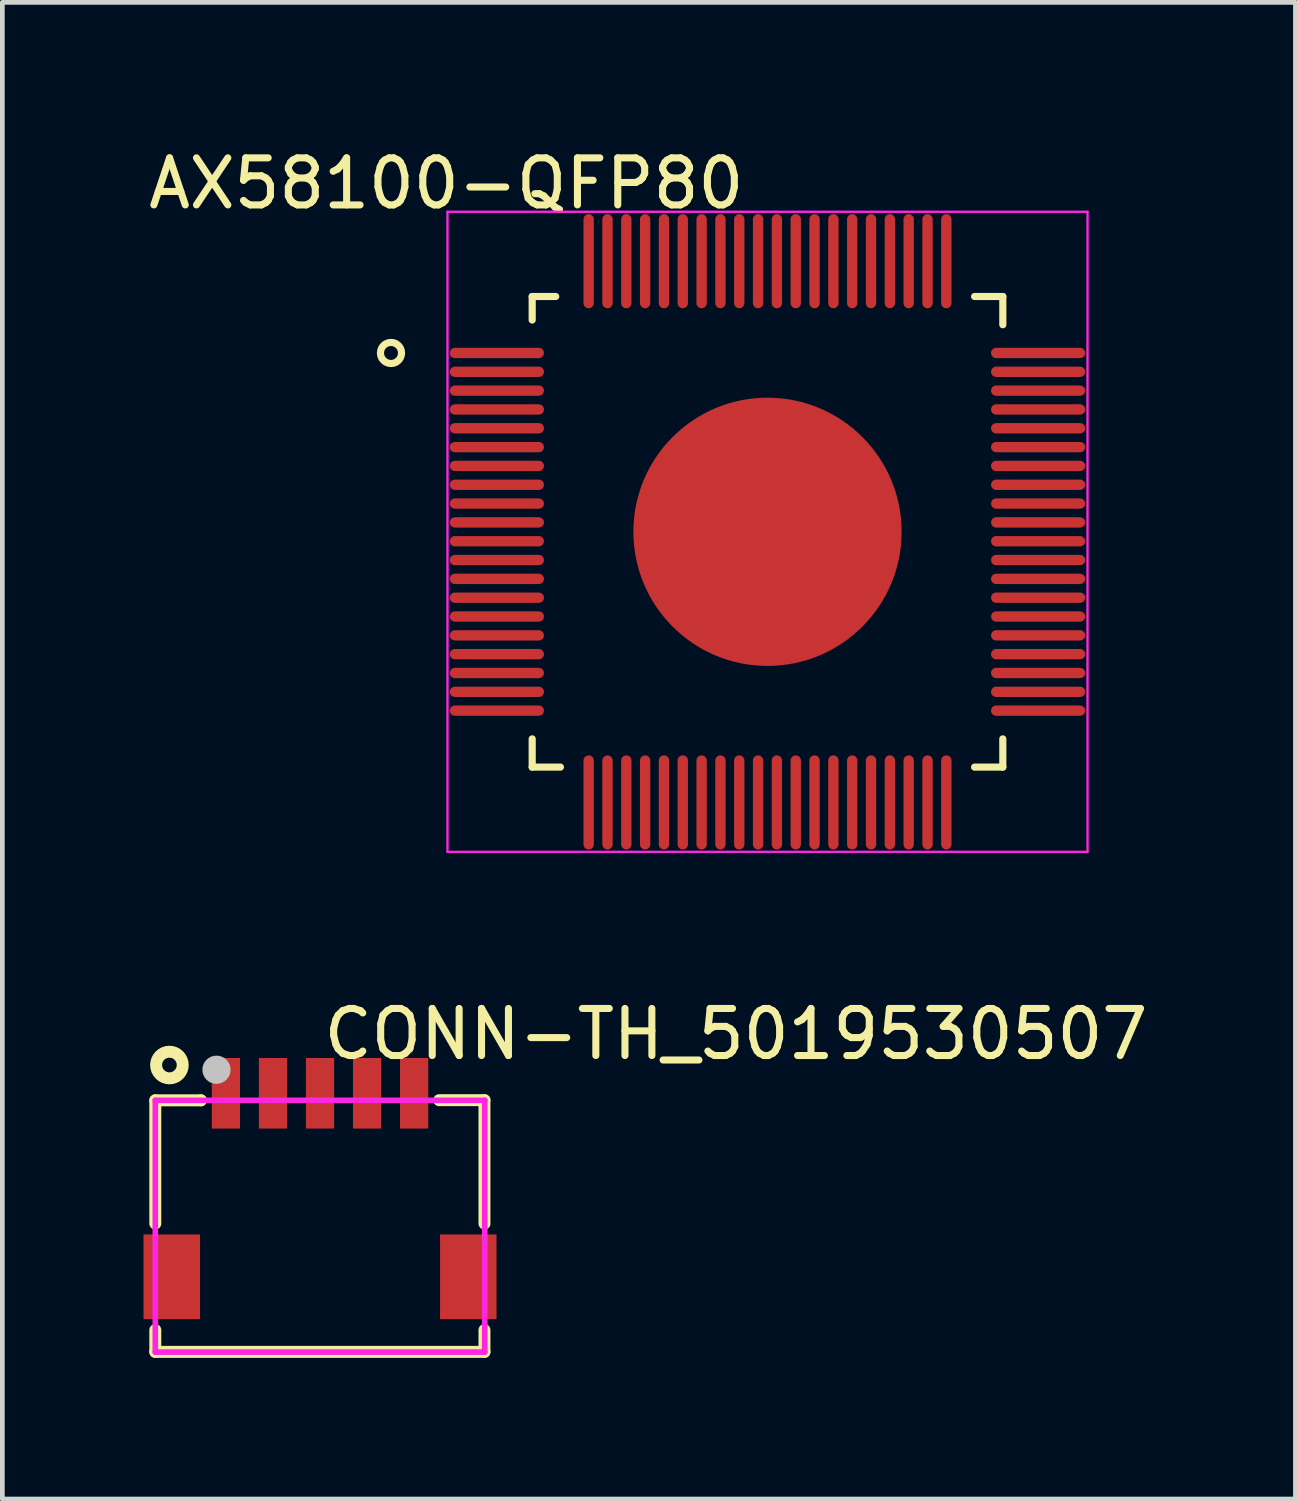
<source format=kicad_pcb>
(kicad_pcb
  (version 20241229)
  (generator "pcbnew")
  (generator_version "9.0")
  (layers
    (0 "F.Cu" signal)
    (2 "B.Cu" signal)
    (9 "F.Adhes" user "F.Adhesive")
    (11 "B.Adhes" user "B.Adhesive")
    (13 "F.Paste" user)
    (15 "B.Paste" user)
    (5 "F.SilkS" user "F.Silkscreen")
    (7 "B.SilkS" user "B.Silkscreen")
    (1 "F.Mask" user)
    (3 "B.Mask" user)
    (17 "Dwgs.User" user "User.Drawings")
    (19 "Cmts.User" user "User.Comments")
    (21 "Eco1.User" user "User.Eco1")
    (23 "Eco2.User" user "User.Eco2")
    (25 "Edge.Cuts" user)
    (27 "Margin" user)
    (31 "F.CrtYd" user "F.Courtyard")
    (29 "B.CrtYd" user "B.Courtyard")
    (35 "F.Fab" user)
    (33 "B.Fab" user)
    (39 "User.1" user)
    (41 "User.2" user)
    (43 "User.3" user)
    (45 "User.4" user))
  (footprint "AX58100-QFP80"
    (layer "F.Cu")
    (at 13.258 8.25)
    (property "Reference" "AX58100-QFP80" (at -6.824 -7.401 0) (layer "F.SilkS") (effects (font (size 1 1) (thickness 0.15))))
    (attr through_hole)
    (fp_line (start -5 -5) (end -4.5 -5) (stroke (width 0.152) (type solid)) (layer "F.SilkS"))
    (fp_line (start -5 -4.5) (end -5 -5) (stroke (width 0.152) (type solid)) (layer "F.SilkS"))
    (fp_line (start -5 5) (end -5 4.4) (stroke (width 0.152) (type solid)) (layer "F.SilkS"))
    (fp_line (start -5 5) (end -4.4 5) (stroke (width 0.152) (type solid)) (layer "F.SilkS"))
    (fp_line (start 4.4 -5) (end 5 -5) (stroke (width 0.152) (type solid)) (layer "F.SilkS"))
    (fp_line (start 4.4 5) (end 5 5) (stroke (width 0.152) (type solid)) (layer "F.SilkS"))
    (fp_line (start 5 -4.4) (end 5 -5) (stroke (width 0.152) (type solid)) (layer "F.SilkS"))
    (fp_line (start 5 5) (end 5 4.4) (stroke (width 0.152) (type solid)) (layer "F.SilkS"))
    (fp_circle (center -8 -3.8) (end -7.776 -3.8) (stroke (width 0.152) (type solid)) (fill no) (layer "F.SilkS"))
    (fp_line (start -6.8 -6.8) (end 6.8 -6.8) (stroke (width 0.05) (type solid)) (layer "F.CrtYd"))
    (fp_line (start -6.8 6.8) (end -6.8 -6.8) (stroke (width 0.05) (type solid)) (layer "F.CrtYd"))
    (fp_line (start 6.8 -6.8) (end 6.8 6.8) (stroke (width 0.05) (type solid)) (layer "F.CrtYd"))
    (fp_line (start 6.8 6.8) (end -6.8 6.8) (stroke (width 0.05) (type solid)) (layer "F.CrtYd"))
    (pad "1" smd oval (at -5.75 -3.8) (size 2 0.22) (layers "F.Cu" "F.Mask" "F.Paste"))
    (pad "2" smd oval (at -5.75 -3.4) (size 2 0.22) (layers "F.Cu" "F.Mask" "F.Paste"))
    (pad "3" smd oval (at -5.75 -3) (size 2 0.22) (layers "F.Cu" "F.Mask" "F.Paste"))
    (pad "4" smd oval (at -5.75 -2.6) (size 2 0.22) (layers "F.Cu" "F.Mask" "F.Paste"))
    (pad "5" smd oval (at -5.75 -2.2) (size 2 0.22) (layers "F.Cu" "F.Mask" "F.Paste"))
    (pad "6" smd oval (at -5.75 -1.8) (size 2 0.22) (layers "F.Cu" "F.Mask" "F.Paste"))
    (pad "7" smd oval (at -5.75 -1.4) (size 2 0.22) (layers "F.Cu" "F.Mask" "F.Paste"))
    (pad "8" smd oval (at -5.75 -1) (size 2 0.22) (layers "F.Cu" "F.Mask" "F.Paste"))
    (pad "9" smd oval (at -5.75 -0.6) (size 2 0.22) (layers "F.Cu" "F.Mask" "F.Paste"))
    (pad "10" smd oval (at -5.75 -0.2) (size 2 0.22) (layers "F.Cu" "F.Mask" "F.Paste"))
    (pad "11" smd oval (at -5.75 0.2) (size 2 0.22) (layers "F.Cu" "F.Mask" "F.Paste"))
    (pad "12" smd oval (at -5.75 0.6) (size 2 0.22) (layers "F.Cu" "F.Mask" "F.Paste"))
    (pad "13" smd oval (at -5.75 1) (size 2 0.22) (layers "F.Cu" "F.Mask" "F.Paste"))
    (pad "14" smd oval (at -5.75 1.4) (size 2 0.22) (layers "F.Cu" "F.Mask" "F.Paste"))
    (pad "15" smd oval (at -5.75 1.8) (size 2 0.22) (layers "F.Cu" "F.Mask" "F.Paste"))
    (pad "16" smd oval (at -5.75 2.2) (size 2 0.22) (layers "F.Cu" "F.Mask" "F.Paste"))
    (pad "17" smd oval (at -5.75 2.6) (size 2 0.22) (layers "F.Cu" "F.Mask" "F.Paste"))
    (pad "18" smd oval (at -5.75 3) (size 2 0.22) (layers "F.Cu" "F.Mask" "F.Paste"))
    (pad "19" smd oval (at -5.75 3.4) (size 2 0.22) (layers "F.Cu" "F.Mask" "F.Paste"))
    (pad "20" smd oval (at -5.75 3.8) (size 2 0.22) (layers "F.Cu" "F.Mask" "F.Paste"))
    (pad "21" smd oval (at -3.8 5.75 90) (size 2 0.22) (layers "F.Cu" "F.Mask" "F.Paste"))
    (pad "22" smd oval (at -3.4 5.75 90) (size 2 0.22) (layers "F.Cu" "F.Mask" "F.Paste"))
    (pad "23" smd oval (at -3 5.75 90) (size 2 0.22) (layers "F.Cu" "F.Mask" "F.Paste"))
    (pad "24" smd oval (at -2.6 5.75 90) (size 2 0.22) (layers "F.Cu" "F.Mask" "F.Paste"))
    (pad "25" smd oval (at -2.2 5.75 90) (size 2 0.22) (layers "F.Cu" "F.Mask" "F.Paste"))
    (pad "26" smd oval (at -1.8 5.75 90) (size 2 0.22) (layers "F.Cu" "F.Mask" "F.Paste"))
    (pad "27" smd oval (at -1.4 5.75 90) (size 2 0.22) (layers "F.Cu" "F.Mask" "F.Paste"))
    (pad "28" smd oval (at -1 5.75 90) (size 2 0.22) (layers "F.Cu" "F.Mask" "F.Paste"))
    (pad "29" smd oval (at -0.6 5.75 90) (size 2 0.22) (layers "F.Cu" "F.Mask" "F.Paste"))
    (pad "30" smd oval (at -0.2 5.75 90) (size 2 0.22) (layers "F.Cu" "F.Mask" "F.Paste"))
    (pad "31" smd oval (at 0.2 5.75 90) (size 2 0.22) (layers "F.Cu" "F.Mask" "F.Paste"))
    (pad "32" smd oval (at 0.6 5.75 90) (size 2 0.22) (layers "F.Cu" "F.Mask" "F.Paste"))
    (pad "33" smd oval (at 1 5.75 90) (size 2 0.22) (layers "F.Cu" "F.Mask" "F.Paste"))
    (pad "34" smd oval (at 1.4 5.75 90) (size 2 0.22) (layers "F.Cu" "F.Mask" "F.Paste"))
    (pad "35" smd oval (at 1.8 5.75 90) (size 2 0.22) (layers "F.Cu" "F.Mask" "F.Paste"))
    (pad "36" smd oval (at 2.2 5.75 90) (size 2 0.22) (layers "F.Cu" "F.Mask" "F.Paste"))
    (pad "37" smd oval (at 2.6 5.75 90) (size 2 0.22) (layers "F.Cu" "F.Mask" "F.Paste"))
    (pad "38" smd oval (at 3 5.75 90) (size 2 0.22) (layers "F.Cu" "F.Mask" "F.Paste"))
    (pad "39" smd oval (at 3.4 5.75 90) (size 2 0.22) (layers "F.Cu" "F.Mask" "F.Paste"))
    (pad "40" smd oval (at 3.8 5.75 90) (size 2 0.22) (layers "F.Cu" "F.Mask" "F.Paste"))
    (pad "41" smd oval (at 5.75 3.8) (size 2 0.22) (layers "F.Cu" "F.Mask" "F.Paste"))
    (pad "42" smd oval (at 5.75 3.4) (size 2 0.22) (layers "F.Cu" "F.Mask" "F.Paste"))
    (pad "43" smd oval (at 5.75 3) (size 2 0.22) (layers "F.Cu" "F.Mask" "F.Paste"))
    (pad "44" smd oval (at 5.75 2.6) (size 2 0.22) (layers "F.Cu" "F.Mask" "F.Paste"))
    (pad "45" smd oval (at 5.75 2.2) (size 2 0.22) (layers "F.Cu" "F.Mask" "F.Paste"))
    (pad "46" smd oval (at 5.75 1.8) (size 2 0.22) (layers "F.Cu" "F.Mask" "F.Paste"))
    (pad "47" smd oval (at 5.75 1.4) (size 2 0.22) (layers "F.Cu" "F.Mask" "F.Paste"))
    (pad "48" smd oval (at 5.75 1) (size 2 0.22) (layers "F.Cu" "F.Mask" "F.Paste"))
    (pad "49" smd oval (at 5.75 0.6) (size 2 0.22) (layers "F.Cu" "F.Mask" "F.Paste"))
    (pad "50" smd oval (at 5.75 0.2) (size 2 0.22) (layers "F.Cu" "F.Mask" "F.Paste"))
    (pad "51" smd oval (at 5.75 -0.2) (size 2 0.22) (layers "F.Cu" "F.Mask" "F.Paste"))
    (pad "52" smd oval (at 5.75 -0.6) (size 2 0.22) (layers "F.Cu" "F.Mask" "F.Paste"))
    (pad "53" smd oval (at 5.75 -1) (size 2 0.22) (layers "F.Cu" "F.Mask" "F.Paste"))
    (pad "54" smd oval (at 5.75 -1.4) (size 2 0.22) (layers "F.Cu" "F.Mask" "F.Paste"))
    (pad "55" smd oval (at 5.75 -1.8) (size 2 0.22) (layers "F.Cu" "F.Mask" "F.Paste"))
    (pad "56" smd oval (at 5.75 -2.2) (size 2 0.22) (layers "F.Cu" "F.Mask" "F.Paste"))
    (pad "57" smd oval (at 5.75 -2.6) (size 2 0.22) (layers "F.Cu" "F.Mask" "F.Paste"))
    (pad "58" smd oval (at 5.75 -3) (size 2 0.22) (layers "F.Cu" "F.Mask" "F.Paste"))
    (pad "59" smd oval (at 5.75 -3.4) (size 2 0.22) (layers "F.Cu" "F.Mask" "F.Paste"))
    (pad "60" smd oval (at 5.75 -3.8) (size 2 0.22) (layers "F.Cu" "F.Mask" "F.Paste"))
    (pad "61" smd oval (at 3.8 -5.75 90) (size 2 0.22) (layers "F.Cu" "F.Mask" "F.Paste"))
    (pad "62" smd oval (at 3.4 -5.75 90) (size 2 0.22) (layers "F.Cu" "F.Mask" "F.Paste"))
    (pad "63" smd oval (at 3 -5.75 90) (size 2 0.22) (layers "F.Cu" "F.Mask" "F.Paste"))
    (pad "64" smd oval (at 2.6 -5.75 90) (size 2 0.22) (layers "F.Cu" "F.Mask" "F.Paste"))
    (pad "65" smd oval (at 2.2 -5.75 90) (size 2 0.22) (layers "F.Cu" "F.Mask" "F.Paste"))
    (pad "66" smd oval (at 1.8 -5.75 90) (size 2 0.22) (layers "F.Cu" "F.Mask" "F.Paste"))
    (pad "67" smd oval (at 1.4 -5.75 90) (size 2 0.22) (layers "F.Cu" "F.Mask" "F.Paste"))
    (pad "68" smd oval (at 1 -5.75 90) (size 2 0.22) (layers "F.Cu" "F.Mask" "F.Paste"))
    (pad "69" smd oval (at 0.6 -5.75 90) (size 2 0.22) (layers "F.Cu" "F.Mask" "F.Paste"))
    (pad "70" smd oval (at 0.2 -5.75 90) (size 2 0.22) (layers "F.Cu" "F.Mask" "F.Paste"))
    (pad "71" smd oval (at -0.2 -5.75 90) (size 2 0.22) (layers "F.Cu" "F.Mask" "F.Paste"))
    (pad "72" smd oval (at -0.6 -5.75 90) (size 2 0.22) (layers "F.Cu" "F.Mask" "F.Paste"))
    (pad "73" smd oval (at -1 -5.75 90) (size 2 0.22) (layers "F.Cu" "F.Mask" "F.Paste"))
    (pad "74" smd oval (at -1.4 -5.75 90) (size 2 0.22) (layers "F.Cu" "F.Mask" "F.Paste"))
    (pad "75" smd oval (at -1.8 -5.75 90) (size 2 0.22) (layers "F.Cu" "F.Mask" "F.Paste"))
    (pad "76" smd oval (at -2.2 -5.75 90) (size 2 0.22) (layers "F.Cu" "F.Mask" "F.Paste"))
    (pad "77" smd oval (at -2.6 -5.75 90) (size 2 0.22) (layers "F.Cu" "F.Mask" "F.Paste"))
    (pad "78" smd oval (at -3 -5.75 90) (size 2 0.22) (layers "F.Cu" "F.Mask" "F.Paste"))
    (pad "79" smd oval (at -3.4 -5.75 90) (size 2 0.22) (layers "F.Cu" "F.Mask" "F.Paste"))
    (pad "80" smd oval (at -3.8 -5.75 90) (size 2 0.22) (layers "F.Cu" "F.Mask" "F.Paste"))
    (pad "81" smd oval (at 0 0) (size 5.7 5.7) (layers "F.Cu" "F.Mask" "F.Paste")))
  (footprint "CONN-TH_5019530507"
    (layer "F.Cu")
    (at 3.75 22.13)
    (property "Reference" "CONN-TH_5019530507" (at 0 -3.207 0) (layer "F.SilkS") (effects (font (size 1 1) (thickness 0.15)) (justify left)))
    (attr through_hole)
    (fp_line (start -3.5 -1.8) (end -3.5 0.819) (stroke (width 0.254) (type solid)) (layer "F.SilkS"))
    (fp_line (start -3.5 3.081) (end -3.5 3.545) (stroke (width 0.254) (type solid)) (layer "F.SilkS"))
    (fp_line (start -3.5 3.545) (end 3.494 3.545) (stroke (width 0.254) (type solid)) (layer "F.SilkS"))
    (fp_line (start -2.531 -1.801) (end -2.531 -1.8) (stroke (width 0.254) (type solid)) (layer "F.SilkS"))
    (fp_line (start -2.531 -1.8) (end -3.5 -1.8) (stroke (width 0.254) (type solid)) (layer "F.SilkS"))
    (fp_line (start 3.494 -1.803) (end 2.531 -1.803) (stroke (width 0.254) (type solid)) (layer "F.SilkS"))
    (fp_line (start 3.494 0.819) (end 3.494 -1.803) (stroke (width 0.254) (type solid)) (layer "F.SilkS"))
    (fp_line (start 3.494 3.545) (end 3.494 3.081) (stroke (width 0.254) (type solid)) (layer "F.SilkS"))
    (fp_circle (center -3.2 -2.55) (end -2.917 -2.55) (stroke (width 0.254) (type solid)) (fill no) (layer "F.SilkS"))
    (fp_circle (center -2.2 -2.45) (end -2.05 -2.45) (stroke (width 0.3) (type solid)) (fill no) (layer "Dwgs.User"))
    (fp_circle (center -3.5 -2.3) (end -3.47 -2.3) (stroke (width 0.06) (type solid)) (fill no) (layer "Eco2.User"))
    (fp_poly (pts (xy -3.25 1.3) (xy -3.05 1.3) (xy -3.05 2.6) (xy -3.25 2.6)) (stroke (width 0.12) (type solid)) (fill no) (layer "Eco2.User"))
    (fp_poly (pts (xy -2.125 -2.3) (xy -1.875 -2.3) (xy -1.875 -1.6) (xy -2.125 -1.6)) (stroke (width 0.12) (type solid)) (fill no) (layer "Eco2.User"))
    (fp_poly (pts (xy -1.125 -2.3) (xy -0.875 -2.3) (xy -0.875 -1.6) (xy -1.125 -1.6)) (stroke (width 0.12) (type solid)) (fill no) (layer "Eco2.User"))
    (fp_poly (pts (xy -0.125 -2.3) (xy 0.125 -2.3) (xy 0.125 -1.6) (xy -0.125 -1.6)) (stroke (width 0.12) (type solid)) (fill no) (layer "Eco2.User"))
    (fp_poly (pts (xy 0.875 -2.3) (xy 1.125 -2.3) (xy 1.125 -1.6) (xy 0.875 -1.6)) (stroke (width 0.12) (type solid)) (fill no) (layer "Eco2.User"))
    (fp_poly (pts (xy 1.875 -2.3) (xy 2.125 -2.3) (xy 2.125 -1.6) (xy 1.875 -1.6)) (stroke (width 0.12) (type solid)) (fill no) (layer "Eco2.User"))
    (fp_poly (pts (xy 3.05 1.3) (xy 3.25 1.3) (xy 3.25 2.6) (xy 3.05 2.6)) (stroke (width 0.12) (type solid)) (fill no) (layer "Eco2.User"))
    (fp_line (start -3.5 -1.8) (end 3.5 -1.8) (stroke (width 0.12) (type solid)) (layer "F.CrtYd"))
    (fp_line (start -3.5 3.55) (end -3.5 -1.8) (stroke (width 0.12) (type solid)) (layer "F.CrtYd"))
    (fp_line (start 3.5 -1.8) (end 3.5 3.55) (stroke (width 0.12) (type solid)) (layer "F.CrtYd"))
    (fp_line (start 3.5 3.55) (end -3.5 3.55) (stroke (width 0.12) (type solid)) (layer "F.CrtYd"))
    (pad "1" smd rect (at 2 -1.95) (size 0.6 1.5) (layers "F.Cu" "F.Mask" "F.Paste"))
    (pad "2" smd rect (at 1 -1.95) (size 0.6 1.5) (layers "F.Cu" "F.Mask" "F.Paste"))
    (pad "3" smd rect (at 0 -1.95) (size 0.6 1.5) (layers "F.Cu" "F.Mask" "F.Paste"))
    (pad "4" smd rect (at -1 -1.95) (size 0.6 1.5) (layers "F.Cu" "F.Mask" "F.Paste"))
    (pad "5" smd rect (at -2 -1.95) (size 0.6 1.5) (layers "F.Cu" "F.Mask" "F.Paste"))
    (pad "6" smd rect (at -3.15 1.95) (size 1.2 1.8) (layers "F.Cu" "F.Mask" "F.Paste"))
    (pad "7" smd rect (at 3.15 1.95) (size 1.2 1.8) (layers "F.Cu" "F.Mask" "F.Paste")))
  (gr_rect
    (start -3 -3)
    (end 24.476 28.802)
    (stroke (width 0.1) (type default))
    (fill no)
    (layer "Edge.Cuts")))
</source>
